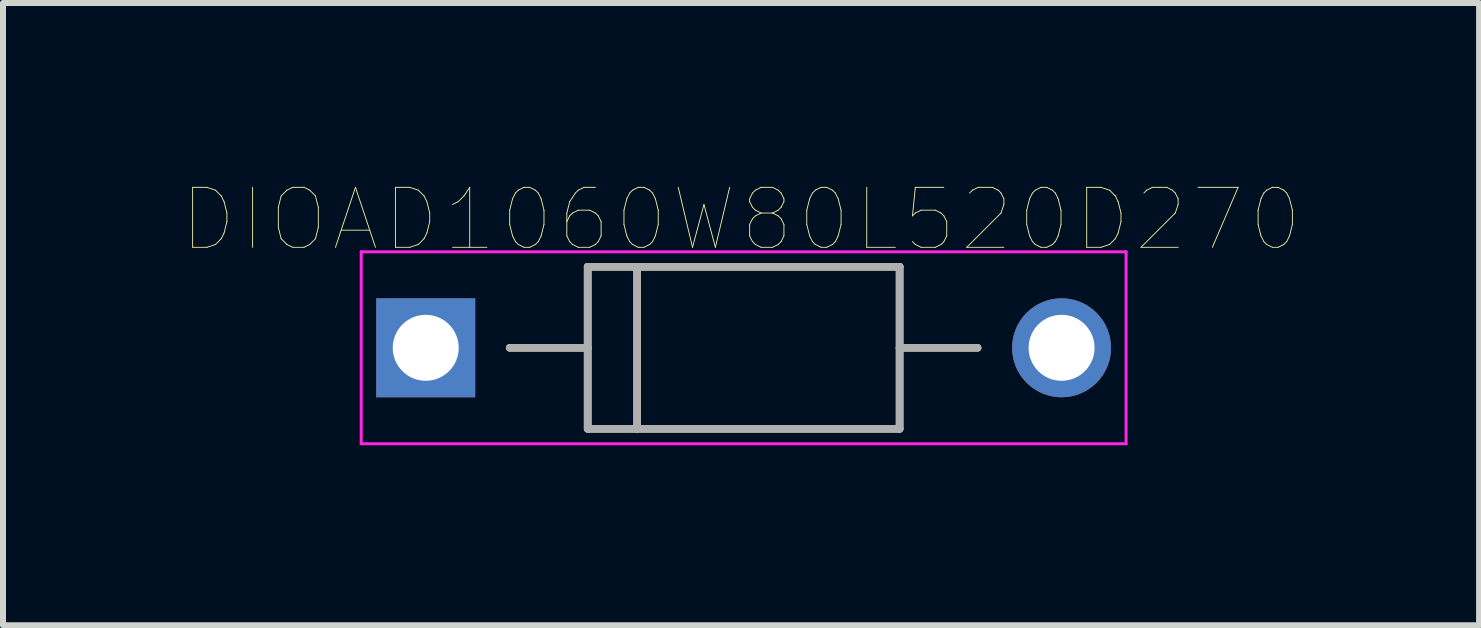
<source format=kicad_pcb>
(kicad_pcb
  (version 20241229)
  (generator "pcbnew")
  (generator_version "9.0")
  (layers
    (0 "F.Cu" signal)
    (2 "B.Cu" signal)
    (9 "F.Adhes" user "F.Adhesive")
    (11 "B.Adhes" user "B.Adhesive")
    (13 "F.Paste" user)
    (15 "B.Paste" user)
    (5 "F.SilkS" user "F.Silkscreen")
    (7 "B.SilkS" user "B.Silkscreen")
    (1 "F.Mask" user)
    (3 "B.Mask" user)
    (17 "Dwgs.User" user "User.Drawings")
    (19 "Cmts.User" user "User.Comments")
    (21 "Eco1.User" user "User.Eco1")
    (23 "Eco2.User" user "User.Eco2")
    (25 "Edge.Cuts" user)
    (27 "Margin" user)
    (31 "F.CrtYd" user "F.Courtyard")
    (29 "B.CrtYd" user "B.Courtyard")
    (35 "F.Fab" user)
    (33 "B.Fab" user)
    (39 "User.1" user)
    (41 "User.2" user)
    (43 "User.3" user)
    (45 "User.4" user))
  (footprint "DIOAD1060W80L520D270"
    (layer "F.Cu")
    (at 9.347 2.748)
    (property "Reference" "DIOAD1060W80L520D270" (at -0.043 -2.137 0) (layer "F.SilkS") (effects (font (size 1 1) (thickness 0.015))))
    (attr through_hole)
    (fp_line (start -2.6 -1.35) (end -2.6 0) (stroke (width 0.127) (type solid)) (layer "F.SilkS"))
    (fp_line (start -2.6 0) (end -3.9 0) (stroke (width 0.127) (type solid)) (layer "F.SilkS"))
    (fp_line (start -2.6 0) (end -2.6 1.35) (stroke (width 0.127) (type solid)) (layer "F.SilkS"))
    (fp_line (start -2.6 1.35) (end -1.775 1.35) (stroke (width 0.127) (type solid)) (layer "F.SilkS"))
    (fp_line (start -1.775 -1.35) (end -2.6 -1.35) (stroke (width 0.127) (type solid)) (layer "F.SilkS"))
    (fp_line (start -1.775 1.35) (end -1.775 -1.35) (stroke (width 0.127) (type solid)) (layer "F.SilkS"))
    (fp_line (start -1.775 1.35) (end 2.6 1.35) (stroke (width 0.127) (type solid)) (layer "F.SilkS"))
    (fp_line (start 2.6 -1.35) (end -1.775 -1.35) (stroke (width 0.127) (type solid)) (layer "F.SilkS"))
    (fp_line (start 2.6 0) (end 2.6 -1.35) (stroke (width 0.127) (type solid)) (layer "F.SilkS"))
    (fp_line (start 2.6 0) (end 3.9 0) (stroke (width 0.127) (type solid)) (layer "F.SilkS"))
    (fp_line (start 2.6 1.35) (end 2.6 0) (stroke (width 0.127) (type solid)) (layer "F.SilkS"))
    (fp_line (start -6.375 -1.6) (end -6.375 1.6) (stroke (width 0.05) (type solid)) (layer "F.CrtYd"))
    (fp_line (start -6.375 1.6) (end 6.375 1.6) (stroke (width 0.05) (type solid)) (layer "F.CrtYd"))
    (fp_line (start 6.375 -1.6) (end -6.375 -1.6) (stroke (width 0.05) (type solid)) (layer "F.CrtYd"))
    (fp_line (start 6.375 1.6) (end 6.375 -1.6) (stroke (width 0.05) (type solid)) (layer "F.CrtYd"))
    (fp_line (start -2.6 -1.35) (end -2.6 0) (stroke (width 0.127) (type solid)) (layer "F.Fab"))
    (fp_line (start -2.6 0) (end -3.9 0) (stroke (width 0.127) (type solid)) (layer "F.Fab"))
    (fp_line (start -2.6 0) (end -2.6 1.35) (stroke (width 0.127) (type solid)) (layer "F.Fab"))
    (fp_line (start -2.6 1.35) (end -1.775 1.35) (stroke (width 0.127) (type solid)) (layer "F.Fab"))
    (fp_line (start -1.775 -1.35) (end -2.6 -1.35) (stroke (width 0.127) (type solid)) (layer "F.Fab"))
    (fp_line (start -1.775 1.35) (end -1.775 -1.35) (stroke (width 0.127) (type solid)) (layer "F.Fab"))
    (fp_line (start -1.775 1.35) (end 2.6 1.35) (stroke (width 0.127) (type solid)) (layer "F.Fab"))
    (fp_line (start 2.6 -1.35) (end -1.775 -1.35) (stroke (width 0.127) (type solid)) (layer "F.Fab"))
    (fp_line (start 2.6 0) (end 2.6 -1.35) (stroke (width 0.127) (type solid)) (layer "F.Fab"))
    (fp_line (start 2.6 0) (end 3.9 0) (stroke (width 0.127) (type solid)) (layer "F.Fab"))
    (fp_line (start 2.6 1.35) (end 2.6 0) (stroke (width 0.127) (type solid)) (layer "F.Fab"))
    (pad "A" thru_hole circle (at 5.3 0) (size 1.65 1.65) (drill 1.1) (layers "*.Cu" "*.Mask"))
    (pad "C" thru_hole rect (at -5.3 0) (size 1.65 1.65) (drill 1.1) (layers "*.Cu" "*.Mask")))
  (gr_rect
    (start -3 -3)
    (end 21.607 7.373)
    (stroke (width 0.1) (type default))
    (fill no)
    (layer "Edge.Cuts")))
</source>
